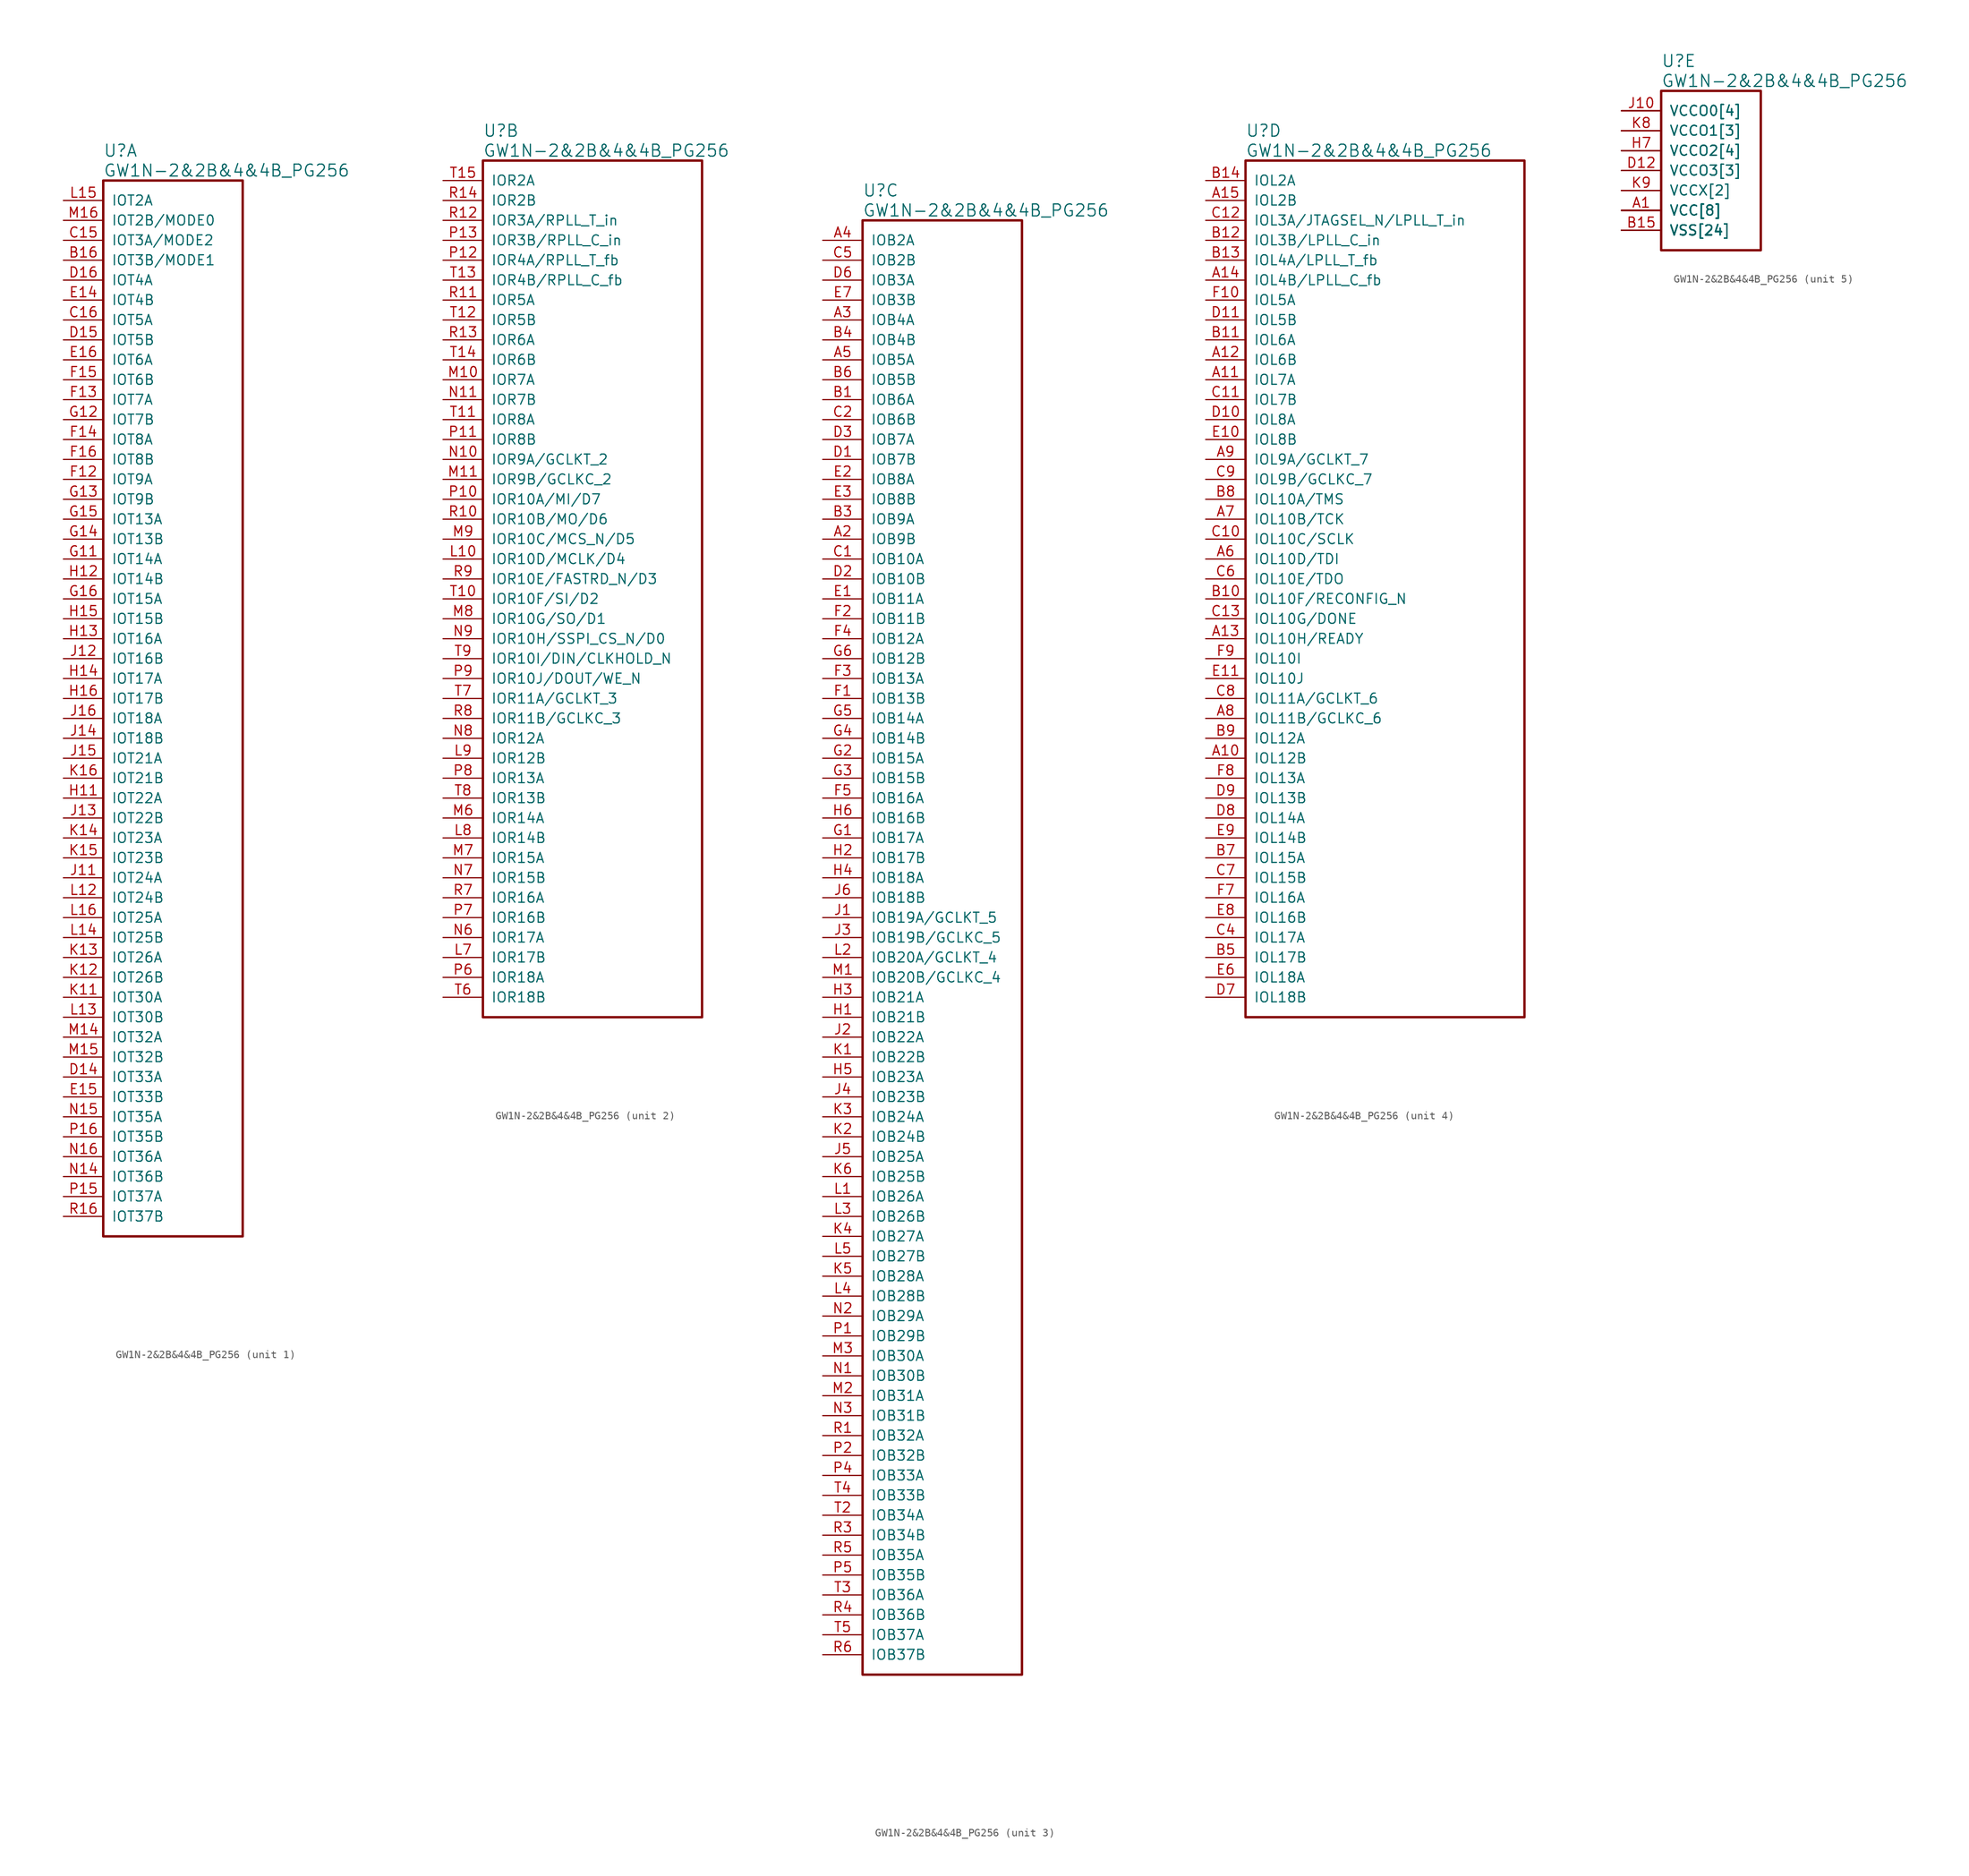
<source format=kicad_sym>
(kicad_symbol_lib
  (version 20220914)
  (generator kicad_symbol_editor)
  (symbol "GW1N-2&2B&4&4B_PG256"
    (pin_names
      (offset 1.016))
    (property "Reference" "U"
      (at 5.08 6.35 0)
      (effects (font (size 1.524 1.524)) (justify left)))
    (property "Value" "GW1N-2&2B&4&4B_PG256"
      (at 5.08 3.81 0)
      (effects (font (size 1.524 1.524)) (justify left)))
    (property "ki_locked" ""
      (at 0 0 0)
      (effects (font (size 1.27 1.27))))
    (symbol "GW1N-2&2B&4&4B_PG256_1_1"
      (rectangle (start 5.08 2.54) (end 22.86 -132.08) (stroke (width 0.305) (type solid)) (fill (type none)))
      (pin bidirectional line (at 0 -7.62 0) (length 5.08) (name "IOT3B/MODE1" (effects (font (size 1.27 1.27)))) (number "B16" (effects (font (size 1.27 1.27)))))
      (pin bidirectional line (at 0 -5.08 0) (length 5.08) (name "IOT3A/MODE2" (effects (font (size 1.27 1.27)))) (number "C15" (effects (font (size 1.27 1.27)))))
      (pin bidirectional line (at 0 -15.24 0) (length 5.08) (name "IOT5A" (effects (font (size 1.27 1.27)))) (number "C16" (effects (font (size 1.27 1.27)))))
      (pin bidirectional line (at 0 -111.76 0) (length 5.08) (name "IOT33A" (effects (font (size 1.27 1.27)))) (number "D14" (effects (font (size 1.27 1.27)))))
      (pin bidirectional line (at 0 -17.78 0) (length 5.08) (name "IOT5B" (effects (font (size 1.27 1.27)))) (number "D15" (effects (font (size 1.27 1.27)))))
      (pin bidirectional line (at 0 -10.16 0) (length 5.08) (name "IOT4A" (effects (font (size 1.27 1.27)))) (number "D16" (effects (font (size 1.27 1.27)))))
      (pin bidirectional line (at 0 -12.7 0) (length 5.08) (name "IOT4B" (effects (font (size 1.27 1.27)))) (number "E14" (effects (font (size 1.27 1.27)))))
      (pin bidirectional line (at 0 -114.3 0) (length 5.08) (name "IOT33B" (effects (font (size 1.27 1.27)))) (number "E15" (effects (font (size 1.27 1.27)))))
      (pin bidirectional line (at 0 -20.32 0) (length 5.08) (name "IOT6A" (effects (font (size 1.27 1.27)))) (number "E16" (effects (font (size 1.27 1.27)))))
      (pin bidirectional line (at 0 -35.56 0) (length 5.08) (name "IOT9A" (effects (font (size 1.27 1.27)))) (number "F12" (effects (font (size 1.27 1.27)))))
      (pin bidirectional line (at 0 -25.4 0) (length 5.08) (name "IOT7A" (effects (font (size 1.27 1.27)))) (number "F13" (effects (font (size 1.27 1.27)))))
      (pin bidirectional line (at 0 -30.48 0) (length 5.08) (name "IOT8A" (effects (font (size 1.27 1.27)))) (number "F14" (effects (font (size 1.27 1.27)))))
      (pin bidirectional line (at 0 -22.86 0) (length 5.08) (name "IOT6B" (effects (font (size 1.27 1.27)))) (number "F15" (effects (font (size 1.27 1.27)))))
      (pin bidirectional line (at 0 -33.02 0) (length 5.08) (name "IOT8B" (effects (font (size 1.27 1.27)))) (number "F16" (effects (font (size 1.27 1.27)))))
      (pin bidirectional line (at 0 -45.72 0) (length 5.08) (name "IOT14A" (effects (font (size 1.27 1.27)))) (number "G11" (effects (font (size 1.27 1.27)))))
      (pin bidirectional line (at 0 -27.94 0) (length 5.08) (name "IOT7B" (effects (font (size 1.27 1.27)))) (number "G12" (effects (font (size 1.27 1.27)))))
      (pin bidirectional line (at 0 -38.1 0) (length 5.08) (name "IOT9B" (effects (font (size 1.27 1.27)))) (number "G13" (effects (font (size 1.27 1.27)))))
      (pin bidirectional line (at 0 -43.18 0) (length 5.08) (name "IOT13B" (effects (font (size 1.27 1.27)))) (number "G14" (effects (font (size 1.27 1.27)))))
      (pin bidirectional line (at 0 -40.64 0) (length 5.08) (name "IOT13A" (effects (font (size 1.27 1.27)))) (number "G15" (effects (font (size 1.27 1.27)))))
      (pin bidirectional line (at 0 -50.8 0) (length 5.08) (name "IOT15A" (effects (font (size 1.27 1.27)))) (number "G16" (effects (font (size 1.27 1.27)))))
      (pin bidirectional line (at 0 -76.2 0) (length 5.08) (name "IOT22A" (effects (font (size 1.27 1.27)))) (number "H11" (effects (font (size 1.27 1.27)))))
      (pin bidirectional line (at 0 -48.26 0) (length 5.08) (name "IOT14B" (effects (font (size 1.27 1.27)))) (number "H12" (effects (font (size 1.27 1.27)))))
      (pin bidirectional line (at 0 -55.88 0) (length 5.08) (name "IOT16A" (effects (font (size 1.27 1.27)))) (number "H13" (effects (font (size 1.27 1.27)))))
      (pin bidirectional line (at 0 -60.96 0) (length 5.08) (name "IOT17A" (effects (font (size 1.27 1.27)))) (number "H14" (effects (font (size 1.27 1.27)))))
      (pin bidirectional line (at 0 -53.34 0) (length 5.08) (name "IOT15B" (effects (font (size 1.27 1.27)))) (number "H15" (effects (font (size 1.27 1.27)))))
      (pin bidirectional line (at 0 -63.5 0) (length 5.08) (name "IOT17B" (effects (font (size 1.27 1.27)))) (number "H16" (effects (font (size 1.27 1.27)))))
      (pin bidirectional line (at 0 -86.36 0) (length 5.08) (name "IOT24A" (effects (font (size 1.27 1.27)))) (number "J11" (effects (font (size 1.27 1.27)))))
      (pin bidirectional line (at 0 -58.42 0) (length 5.08) (name "IOT16B" (effects (font (size 1.27 1.27)))) (number "J12" (effects (font (size 1.27 1.27)))))
      (pin bidirectional line (at 0 -78.74 0) (length 5.08) (name "IOT22B" (effects (font (size 1.27 1.27)))) (number "J13" (effects (font (size 1.27 1.27)))))
      (pin bidirectional line (at 0 -68.58 0) (length 5.08) (name "IOT18B" (effects (font (size 1.27 1.27)))) (number "J14" (effects (font (size 1.27 1.27)))))
      (pin bidirectional line (at 0 -71.12 0) (length 5.08) (name "IOT21A" (effects (font (size 1.27 1.27)))) (number "J15" (effects (font (size 1.27 1.27)))))
      (pin bidirectional line (at 0 -66.04 0) (length 5.08) (name "IOT18A" (effects (font (size 1.27 1.27)))) (number "J16" (effects (font (size 1.27 1.27)))))
      (pin bidirectional line (at 0 -101.6 0) (length 5.08) (name "IOT30A" (effects (font (size 1.27 1.27)))) (number "K11" (effects (font (size 1.27 1.27)))))
      (pin bidirectional line (at 0 -99.06 0) (length 5.08) (name "IOT26B" (effects (font (size 1.27 1.27)))) (number "K12" (effects (font (size 1.27 1.27)))))
      (pin bidirectional line (at 0 -96.52 0) (length 5.08) (name "IOT26A" (effects (font (size 1.27 1.27)))) (number "K13" (effects (font (size 1.27 1.27)))))
      (pin bidirectional line (at 0 -81.28 0) (length 5.08) (name "IOT23A" (effects (font (size 1.27 1.27)))) (number "K14" (effects (font (size 1.27 1.27)))))
      (pin bidirectional line (at 0 -83.82 0) (length 5.08) (name "IOT23B" (effects (font (size 1.27 1.27)))) (number "K15" (effects (font (size 1.27 1.27)))))
      (pin bidirectional line (at 0 -73.66 0) (length 5.08) (name "IOT21B" (effects (font (size 1.27 1.27)))) (number "K16" (effects (font (size 1.27 1.27)))))
      (pin bidirectional line (at 0 -88.9 0) (length 5.08) (name "IOT24B" (effects (font (size 1.27 1.27)))) (number "L12" (effects (font (size 1.27 1.27)))))
      (pin bidirectional line (at 0 -104.14 0) (length 5.08) (name "IOT30B" (effects (font (size 1.27 1.27)))) (number "L13" (effects (font (size 1.27 1.27)))))
      (pin bidirectional line (at 0 -93.98 0) (length 5.08) (name "IOT25B" (effects (font (size 1.27 1.27)))) (number "L14" (effects (font (size 1.27 1.27)))))
      (pin bidirectional line (at 0 0 0) (length 5.08) (name "IOT2A" (effects (font (size 1.27 1.27)))) (number "L15" (effects (font (size 1.27 1.27)))))
      (pin bidirectional line (at 0 -91.44 0) (length 5.08) (name "IOT25A" (effects (font (size 1.27 1.27)))) (number "L16" (effects (font (size 1.27 1.27)))))
      (pin bidirectional line (at 0 -106.68 0) (length 5.08) (name "IOT32A" (effects (font (size 1.27 1.27)))) (number "M14" (effects (font (size 1.27 1.27)))))
      (pin bidirectional line (at 0 -109.22 0) (length 5.08) (name "IOT32B" (effects (font (size 1.27 1.27)))) (number "M15" (effects (font (size 1.27 1.27)))))
      (pin bidirectional line (at 0 -2.54 0) (length 5.08) (name "IOT2B/MODE0" (effects (font (size 1.27 1.27)))) (number "M16" (effects (font (size 1.27 1.27)))))
      (pin bidirectional line (at 0 -124.46 0) (length 5.08) (name "IOT36B" (effects (font (size 1.27 1.27)))) (number "N14" (effects (font (size 1.27 1.27)))))
      (pin bidirectional line (at 0 -116.84 0) (length 5.08) (name "IOT35A" (effects (font (size 1.27 1.27)))) (number "N15" (effects (font (size 1.27 1.27)))))
      (pin bidirectional line (at 0 -121.92 0) (length 5.08) (name "IOT36A" (effects (font (size 1.27 1.27)))) (number "N16" (effects (font (size 1.27 1.27)))))
      (pin bidirectional line (at 0 -127 0) (length 5.08) (name "IOT37A" (effects (font (size 1.27 1.27)))) (number "P15" (effects (font (size 1.27 1.27)))))
      (pin bidirectional line (at 0 -119.38 0) (length 5.08) (name "IOT35B" (effects (font (size 1.27 1.27)))) (number "P16" (effects (font (size 1.27 1.27)))))
      (pin bidirectional line (at 0 -129.54 0) (length 5.08) (name "IOT37B" (effects (font (size 1.27 1.27)))) (number "R16" (effects (font (size 1.27 1.27))))))
    (symbol "GW1N-2&2B&4&4B_PG256_2_1"
      (rectangle (start 5.08 2.54) (end 33.02 -106.68) (stroke (width 0.305) (type solid)) (fill (type none)))
      (pin bidirectional line (at 0 -48.26 0) (length 5.08) (name "IOR10D/MCLK/D4" (effects (font (size 1.27 1.27)))) (number "L10" (effects (font (size 1.27 1.27)))))
      (pin bidirectional line (at 0 -99.06 0) (length 5.08) (name "IOR17B" (effects (font (size 1.27 1.27)))) (number "L7" (effects (font (size 1.27 1.27)))))
      (pin bidirectional line (at 0 -83.82 0) (length 5.08) (name "IOR14B" (effects (font (size 1.27 1.27)))) (number "L8" (effects (font (size 1.27 1.27)))))
      (pin bidirectional line (at 0 -73.66 0) (length 5.08) (name "IOR12B" (effects (font (size 1.27 1.27)))) (number "L9" (effects (font (size 1.27 1.27)))))
      (pin bidirectional line (at 0 -25.4 0) (length 5.08) (name "IOR7A" (effects (font (size 1.27 1.27)))) (number "M10" (effects (font (size 1.27 1.27)))))
      (pin bidirectional line (at 0 -38.1 0) (length 5.08) (name "IOR9B/GCLKC_2" (effects (font (size 1.27 1.27)))) (number "M11" (effects (font (size 1.27 1.27)))))
      (pin bidirectional line (at 0 -81.28 0) (length 5.08) (name "IOR14A" (effects (font (size 1.27 1.27)))) (number "M6" (effects (font (size 1.27 1.27)))))
      (pin bidirectional line (at 0 -86.36 0) (length 5.08) (name "IOR15A" (effects (font (size 1.27 1.27)))) (number "M7" (effects (font (size 1.27 1.27)))))
      (pin bidirectional line (at 0 -55.88 0) (length 5.08) (name "IOR10G/SO/D1" (effects (font (size 1.27 1.27)))) (number "M8" (effects (font (size 1.27 1.27)))))
      (pin bidirectional line (at 0 -45.72 0) (length 5.08) (name "IOR10C/MCS_N/D5" (effects (font (size 1.27 1.27)))) (number "M9" (effects (font (size 1.27 1.27)))))
      (pin bidirectional line (at 0 -35.56 0) (length 5.08) (name "IOR9A/GCLKT_2" (effects (font (size 1.27 1.27)))) (number "N10" (effects (font (size 1.27 1.27)))))
      (pin bidirectional line (at 0 -27.94 0) (length 5.08) (name "IOR7B" (effects (font (size 1.27 1.27)))) (number "N11" (effects (font (size 1.27 1.27)))))
      (pin bidirectional line (at 0 -96.52 0) (length 5.08) (name "IOR17A" (effects (font (size 1.27 1.27)))) (number "N6" (effects (font (size 1.27 1.27)))))
      (pin bidirectional line (at 0 -88.9 0) (length 5.08) (name "IOR15B" (effects (font (size 1.27 1.27)))) (number "N7" (effects (font (size 1.27 1.27)))))
      (pin bidirectional line (at 0 -71.12 0) (length 5.08) (name "IOR12A" (effects (font (size 1.27 1.27)))) (number "N8" (effects (font (size 1.27 1.27)))))
      (pin bidirectional line (at 0 -58.42 0) (length 5.08) (name "IOR10H/SSPI_CS_N/D0" (effects (font (size 1.27 1.27)))) (number "N9" (effects (font (size 1.27 1.27)))))
      (pin bidirectional line (at 0 -40.64 0) (length 5.08) (name "IOR10A/MI/D7" (effects (font (size 1.27 1.27)))) (number "P10" (effects (font (size 1.27 1.27)))))
      (pin bidirectional line (at 0 -33.02 0) (length 5.08) (name "IOR8B" (effects (font (size 1.27 1.27)))) (number "P11" (effects (font (size 1.27 1.27)))))
      (pin bidirectional line (at 0 -10.16 0) (length 5.08) (name "IOR4A/RPLL_T_fb" (effects (font (size 1.27 1.27)))) (number "P12" (effects (font (size 1.27 1.27)))))
      (pin bidirectional line (at 0 -7.62 0) (length 5.08) (name "IOR3B/RPLL_C_in" (effects (font (size 1.27 1.27)))) (number "P13" (effects (font (size 1.27 1.27)))))
      (pin bidirectional line (at 0 -101.6 0) (length 5.08) (name "IOR18A" (effects (font (size 1.27 1.27)))) (number "P6" (effects (font (size 1.27 1.27)))))
      (pin bidirectional line (at 0 -93.98 0) (length 5.08) (name "IOR16B" (effects (font (size 1.27 1.27)))) (number "P7" (effects (font (size 1.27 1.27)))))
      (pin bidirectional line (at 0 -76.2 0) (length 5.08) (name "IOR13A" (effects (font (size 1.27 1.27)))) (number "P8" (effects (font (size 1.27 1.27)))))
      (pin bidirectional line (at 0 -63.5 0) (length 5.08) (name "IOR10J/DOUT/WE_N" (effects (font (size 1.27 1.27)))) (number "P9" (effects (font (size 1.27 1.27)))))
      (pin bidirectional line (at 0 -43.18 0) (length 5.08) (name "IOR10B/MO/D6" (effects (font (size 1.27 1.27)))) (number "R10" (effects (font (size 1.27 1.27)))))
      (pin bidirectional line (at 0 -15.24 0) (length 5.08) (name "IOR5A" (effects (font (size 1.27 1.27)))) (number "R11" (effects (font (size 1.27 1.27)))))
      (pin bidirectional line (at 0 -5.08 0) (length 5.08) (name "IOR3A/RPLL_T_in" (effects (font (size 1.27 1.27)))) (number "R12" (effects (font (size 1.27 1.27)))))
      (pin bidirectional line (at 0 -20.32 0) (length 5.08) (name "IOR6A" (effects (font (size 1.27 1.27)))) (number "R13" (effects (font (size 1.27 1.27)))))
      (pin bidirectional line (at 0 -2.54 0) (length 5.08) (name "IOR2B" (effects (font (size 1.27 1.27)))) (number "R14" (effects (font (size 1.27 1.27)))))
      (pin bidirectional line (at 0 -91.44 0) (length 5.08) (name "IOR16A" (effects (font (size 1.27 1.27)))) (number "R7" (effects (font (size 1.27 1.27)))))
      (pin bidirectional line (at 0 -68.58 0) (length 5.08) (name "IOR11B/GCLKC_3" (effects (font (size 1.27 1.27)))) (number "R8" (effects (font (size 1.27 1.27)))))
      (pin bidirectional line (at 0 -50.8 0) (length 5.08) (name "IOR10E/FASTRD_N/D3" (effects (font (size 1.27 1.27)))) (number "R9" (effects (font (size 1.27 1.27)))))
      (pin bidirectional line (at 0 -53.34 0) (length 5.08) (name "IOR10F/SI/D2" (effects (font (size 1.27 1.27)))) (number "T10" (effects (font (size 1.27 1.27)))))
      (pin bidirectional line (at 0 -30.48 0) (length 5.08) (name "IOR8A" (effects (font (size 1.27 1.27)))) (number "T11" (effects (font (size 1.27 1.27)))))
      (pin bidirectional line (at 0 -17.78 0) (length 5.08) (name "IOR5B" (effects (font (size 1.27 1.27)))) (number "T12" (effects (font (size 1.27 1.27)))))
      (pin bidirectional line (at 0 -12.7 0) (length 5.08) (name "IOR4B/RPLL_C_fb" (effects (font (size 1.27 1.27)))) (number "T13" (effects (font (size 1.27 1.27)))))
      (pin bidirectional line (at 0 -22.86 0) (length 5.08) (name "IOR6B" (effects (font (size 1.27 1.27)))) (number "T14" (effects (font (size 1.27 1.27)))))
      (pin bidirectional line (at 0 0 0) (length 5.08) (name "IOR2A" (effects (font (size 1.27 1.27)))) (number "T15" (effects (font (size 1.27 1.27)))))
      (pin bidirectional line (at 0 -104.14 0) (length 5.08) (name "IOR18B" (effects (font (size 1.27 1.27)))) (number "T6" (effects (font (size 1.27 1.27)))))
      (pin bidirectional line (at 0 -66.04 0) (length 5.08) (name "IOR11A/GCLKT_3" (effects (font (size 1.27 1.27)))) (number "T7" (effects (font (size 1.27 1.27)))))
      (pin bidirectional line (at 0 -78.74 0) (length 5.08) (name "IOR13B" (effects (font (size 1.27 1.27)))) (number "T8" (effects (font (size 1.27 1.27)))))
      (pin bidirectional line (at 0 -60.96 0) (length 5.08) (name "IOR10I/DIN/CLKHOLD_N" (effects (font (size 1.27 1.27)))) (number "T9" (effects (font (size 1.27 1.27))))))
    (symbol "GW1N-2&2B&4&4B_PG256_3_1"
      (rectangle (start 5.08 2.54) (end 25.4 -182.88) (stroke (width 0.305) (type solid)) (fill (type none)))
      (pin bidirectional line (at 0 -38.1 0) (length 5.08) (name "IOB9B" (effects (font (size 1.27 1.27)))) (number "A2" (effects (font (size 1.27 1.27)))))
      (pin bidirectional line (at 0 -10.16 0) (length 5.08) (name "IOB4A" (effects (font (size 1.27 1.27)))) (number "A3" (effects (font (size 1.27 1.27)))))
      (pin bidirectional line (at 0 0 0) (length 5.08) (name "IOB2A" (effects (font (size 1.27 1.27)))) (number "A4" (effects (font (size 1.27 1.27)))))
      (pin bidirectional line (at 0 -15.24 0) (length 5.08) (name "IOB5A" (effects (font (size 1.27 1.27)))) (number "A5" (effects (font (size 1.27 1.27)))))
      (pin bidirectional line (at 0 -20.32 0) (length 5.08) (name "IOB6A" (effects (font (size 1.27 1.27)))) (number "B1" (effects (font (size 1.27 1.27)))))
      (pin bidirectional line (at 0 -35.56 0) (length 5.08) (name "IOB9A" (effects (font (size 1.27 1.27)))) (number "B3" (effects (font (size 1.27 1.27)))))
      (pin bidirectional line (at 0 -12.7 0) (length 5.08) (name "IOB4B" (effects (font (size 1.27 1.27)))) (number "B4" (effects (font (size 1.27 1.27)))))
      (pin bidirectional line (at 0 -17.78 0) (length 5.08) (name "IOB5B" (effects (font (size 1.27 1.27)))) (number "B6" (effects (font (size 1.27 1.27)))))
      (pin bidirectional line (at 0 -40.64 0) (length 5.08) (name "IOB10A" (effects (font (size 1.27 1.27)))) (number "C1" (effects (font (size 1.27 1.27)))))
      (pin bidirectional line (at 0 -22.86 0) (length 5.08) (name "IOB6B" (effects (font (size 1.27 1.27)))) (number "C2" (effects (font (size 1.27 1.27)))))
      (pin bidirectional line (at 0 -2.54 0) (length 5.08) (name "IOB2B" (effects (font (size 1.27 1.27)))) (number "C5" (effects (font (size 1.27 1.27)))))
      (pin bidirectional line (at 0 -27.94 0) (length 5.08) (name "IOB7B" (effects (font (size 1.27 1.27)))) (number "D1" (effects (font (size 1.27 1.27)))))
      (pin bidirectional line (at 0 -43.18 0) (length 5.08) (name "IOB10B" (effects (font (size 1.27 1.27)))) (number "D2" (effects (font (size 1.27 1.27)))))
      (pin bidirectional line (at 0 -25.4 0) (length 5.08) (name "IOB7A" (effects (font (size 1.27 1.27)))) (number "D3" (effects (font (size 1.27 1.27)))))
      (pin bidirectional line (at 0 -5.08 0) (length 5.08) (name "IOB3A" (effects (font (size 1.27 1.27)))) (number "D6" (effects (font (size 1.27 1.27)))))
      (pin bidirectional line (at 0 -45.72 0) (length 5.08) (name "IOB11A" (effects (font (size 1.27 1.27)))) (number "E1" (effects (font (size 1.27 1.27)))))
      (pin bidirectional line (at 0 -30.48 0) (length 5.08) (name "IOB8A" (effects (font (size 1.27 1.27)))) (number "E2" (effects (font (size 1.27 1.27)))))
      (pin bidirectional line (at 0 -33.02 0) (length 5.08) (name "IOB8B" (effects (font (size 1.27 1.27)))) (number "E3" (effects (font (size 1.27 1.27)))))
      (pin bidirectional line (at 0 -7.62 0) (length 5.08) (name "IOB3B" (effects (font (size 1.27 1.27)))) (number "E7" (effects (font (size 1.27 1.27)))))
      (pin bidirectional line (at 0 -58.42 0) (length 5.08) (name "IOB13B" (effects (font (size 1.27 1.27)))) (number "F1" (effects (font (size 1.27 1.27)))))
      (pin bidirectional line (at 0 -48.26 0) (length 5.08) (name "IOB11B" (effects (font (size 1.27 1.27)))) (number "F2" (effects (font (size 1.27 1.27)))))
      (pin bidirectional line (at 0 -55.88 0) (length 5.08) (name "IOB13A" (effects (font (size 1.27 1.27)))) (number "F3" (effects (font (size 1.27 1.27)))))
      (pin bidirectional line (at 0 -50.8 0) (length 5.08) (name "IOB12A" (effects (font (size 1.27 1.27)))) (number "F4" (effects (font (size 1.27 1.27)))))
      (pin bidirectional line (at 0 -71.12 0) (length 5.08) (name "IOB16A" (effects (font (size 1.27 1.27)))) (number "F5" (effects (font (size 1.27 1.27)))))
      (pin bidirectional line (at 0 -76.2 0) (length 5.08) (name "IOB17A" (effects (font (size 1.27 1.27)))) (number "G1" (effects (font (size 1.27 1.27)))))
      (pin bidirectional line (at 0 -66.04 0) (length 5.08) (name "IOB15A" (effects (font (size 1.27 1.27)))) (number "G2" (effects (font (size 1.27 1.27)))))
      (pin bidirectional line (at 0 -68.58 0) (length 5.08) (name "IOB15B" (effects (font (size 1.27 1.27)))) (number "G3" (effects (font (size 1.27 1.27)))))
      (pin bidirectional line (at 0 -63.5 0) (length 5.08) (name "IOB14B" (effects (font (size 1.27 1.27)))) (number "G4" (effects (font (size 1.27 1.27)))))
      (pin bidirectional line (at 0 -60.96 0) (length 5.08) (name "IOB14A" (effects (font (size 1.27 1.27)))) (number "G5" (effects (font (size 1.27 1.27)))))
      (pin bidirectional line (at 0 -53.34 0) (length 5.08) (name "IOB12B" (effects (font (size 1.27 1.27)))) (number "G6" (effects (font (size 1.27 1.27)))))
      (pin bidirectional line (at 0 -99.06 0) (length 5.08) (name "IOB21B" (effects (font (size 1.27 1.27)))) (number "H1" (effects (font (size 1.27 1.27)))))
      (pin bidirectional line (at 0 -78.74 0) (length 5.08) (name "IOB17B" (effects (font (size 1.27 1.27)))) (number "H2" (effects (font (size 1.27 1.27)))))
      (pin bidirectional line (at 0 -96.52 0) (length 5.08) (name "IOB21A" (effects (font (size 1.27 1.27)))) (number "H3" (effects (font (size 1.27 1.27)))))
      (pin bidirectional line (at 0 -81.28 0) (length 5.08) (name "IOB18A" (effects (font (size 1.27 1.27)))) (number "H4" (effects (font (size 1.27 1.27)))))
      (pin bidirectional line (at 0 -106.68 0) (length 5.08) (name "IOB23A" (effects (font (size 1.27 1.27)))) (number "H5" (effects (font (size 1.27 1.27)))))
      (pin bidirectional line (at 0 -73.66 0) (length 5.08) (name "IOB16B" (effects (font (size 1.27 1.27)))) (number "H6" (effects (font (size 1.27 1.27)))))
      (pin bidirectional line (at 0 -86.36 0) (length 5.08) (name "IOB19A/GCLKT_5" (effects (font (size 1.27 1.27)))) (number "J1" (effects (font (size 1.27 1.27)))))
      (pin bidirectional line (at 0 -101.6 0) (length 5.08) (name "IOB22A" (effects (font (size 1.27 1.27)))) (number "J2" (effects (font (size 1.27 1.27)))))
      (pin bidirectional line (at 0 -88.9 0) (length 5.08) (name "IOB19B/GCLKC_5" (effects (font (size 1.27 1.27)))) (number "J3" (effects (font (size 1.27 1.27)))))
      (pin bidirectional line (at 0 -109.22 0) (length 5.08) (name "IOB23B" (effects (font (size 1.27 1.27)))) (number "J4" (effects (font (size 1.27 1.27)))))
      (pin bidirectional line (at 0 -116.84 0) (length 5.08) (name "IOB25A" (effects (font (size 1.27 1.27)))) (number "J5" (effects (font (size 1.27 1.27)))))
      (pin bidirectional line (at 0 -83.82 0) (length 5.08) (name "IOB18B" (effects (font (size 1.27 1.27)))) (number "J6" (effects (font (size 1.27 1.27)))))
      (pin bidirectional line (at 0 -104.14 0) (length 5.08) (name "IOB22B" (effects (font (size 1.27 1.27)))) (number "K1" (effects (font (size 1.27 1.27)))))
      (pin bidirectional line (at 0 -114.3 0) (length 5.08) (name "IOB24B" (effects (font (size 1.27 1.27)))) (number "K2" (effects (font (size 1.27 1.27)))))
      (pin bidirectional line (at 0 -111.76 0) (length 5.08) (name "IOB24A" (effects (font (size 1.27 1.27)))) (number "K3" (effects (font (size 1.27 1.27)))))
      (pin bidirectional line (at 0 -127 0) (length 5.08) (name "IOB27A" (effects (font (size 1.27 1.27)))) (number "K4" (effects (font (size 1.27 1.27)))))
      (pin bidirectional line (at 0 -132.08 0) (length 5.08) (name "IOB28A" (effects (font (size 1.27 1.27)))) (number "K5" (effects (font (size 1.27 1.27)))))
      (pin bidirectional line (at 0 -119.38 0) (length 5.08) (name "IOB25B" (effects (font (size 1.27 1.27)))) (number "K6" (effects (font (size 1.27 1.27)))))
      (pin bidirectional line (at 0 -121.92 0) (length 5.08) (name "IOB26A" (effects (font (size 1.27 1.27)))) (number "L1" (effects (font (size 1.27 1.27)))))
      (pin bidirectional line (at 0 -91.44 0) (length 5.08) (name "IOB20A/GCLKT_4" (effects (font (size 1.27 1.27)))) (number "L2" (effects (font (size 1.27 1.27)))))
      (pin bidirectional line (at 0 -124.46 0) (length 5.08) (name "IOB26B" (effects (font (size 1.27 1.27)))) (number "L3" (effects (font (size 1.27 1.27)))))
      (pin bidirectional line (at 0 -134.62 0) (length 5.08) (name "IOB28B" (effects (font (size 1.27 1.27)))) (number "L4" (effects (font (size 1.27 1.27)))))
      (pin bidirectional line (at 0 -129.54 0) (length 5.08) (name "IOB27B" (effects (font (size 1.27 1.27)))) (number "L5" (effects (font (size 1.27 1.27)))))
      (pin bidirectional line (at 0 -93.98 0) (length 5.08) (name "IOB20B/GCLKC_4" (effects (font (size 1.27 1.27)))) (number "M1" (effects (font (size 1.27 1.27)))))
      (pin bidirectional line (at 0 -147.32 0) (length 5.08) (name "IOB31A" (effects (font (size 1.27 1.27)))) (number "M2" (effects (font (size 1.27 1.27)))))
      (pin bidirectional line (at 0 -142.24 0) (length 5.08) (name "IOB30A" (effects (font (size 1.27 1.27)))) (number "M3" (effects (font (size 1.27 1.27)))))
      (pin bidirectional line (at 0 -144.78 0) (length 5.08) (name "IOB30B" (effects (font (size 1.27 1.27)))) (number "N1" (effects (font (size 1.27 1.27)))))
      (pin bidirectional line (at 0 -137.16 0) (length 5.08) (name "IOB29A" (effects (font (size 1.27 1.27)))) (number "N2" (effects (font (size 1.27 1.27)))))
      (pin bidirectional line (at 0 -149.86 0) (length 5.08) (name "IOB31B" (effects (font (size 1.27 1.27)))) (number "N3" (effects (font (size 1.27 1.27)))))
      (pin bidirectional line (at 0 -139.7 0) (length 5.08) (name "IOB29B" (effects (font (size 1.27 1.27)))) (number "P1" (effects (font (size 1.27 1.27)))))
      (pin bidirectional line (at 0 -154.94 0) (length 5.08) (name "IOB32B" (effects (font (size 1.27 1.27)))) (number "P2" (effects (font (size 1.27 1.27)))))
      (pin bidirectional line (at 0 -157.48 0) (length 5.08) (name "IOB33A" (effects (font (size 1.27 1.27)))) (number "P4" (effects (font (size 1.27 1.27)))))
      (pin bidirectional line (at 0 -170.18 0) (length 5.08) (name "IOB35B" (effects (font (size 1.27 1.27)))) (number "P5" (effects (font (size 1.27 1.27)))))
      (pin bidirectional line (at 0 -152.4 0) (length 5.08) (name "IOB32A" (effects (font (size 1.27 1.27)))) (number "R1" (effects (font (size 1.27 1.27)))))
      (pin bidirectional line (at 0 -165.1 0) (length 5.08) (name "IOB34B" (effects (font (size 1.27 1.27)))) (number "R3" (effects (font (size 1.27 1.27)))))
      (pin bidirectional line (at 0 -175.26 0) (length 5.08) (name "IOB36B" (effects (font (size 1.27 1.27)))) (number "R4" (effects (font (size 1.27 1.27)))))
      (pin bidirectional line (at 0 -167.64 0) (length 5.08) (name "IOB35A" (effects (font (size 1.27 1.27)))) (number "R5" (effects (font (size 1.27 1.27)))))
      (pin bidirectional line (at 0 -180.34 0) (length 5.08) (name "IOB37B" (effects (font (size 1.27 1.27)))) (number "R6" (effects (font (size 1.27 1.27)))))
      (pin bidirectional line (at 0 -162.56 0) (length 5.08) (name "IOB34A" (effects (font (size 1.27 1.27)))) (number "T2" (effects (font (size 1.27 1.27)))))
      (pin bidirectional line (at 0 -172.72 0) (length 5.08) (name "IOB36A" (effects (font (size 1.27 1.27)))) (number "T3" (effects (font (size 1.27 1.27)))))
      (pin bidirectional line (at 0 -160.02 0) (length 5.08) (name "IOB33B" (effects (font (size 1.27 1.27)))) (number "T4" (effects (font (size 1.27 1.27)))))
      (pin bidirectional line (at 0 -177.8 0) (length 5.08) (name "IOB37A" (effects (font (size 1.27 1.27)))) (number "T5" (effects (font (size 1.27 1.27))))))
    (symbol "GW1N-2&2B&4&4B_PG256_4_1"
      (rectangle (start 5.08 2.54) (end 40.64 -106.68) (stroke (width 0.305) (type solid)) (fill (type none)))
      (pin bidirectional line (at 0 -73.66 0) (length 5.08) (name "IOL12B" (effects (font (size 1.27 1.27)))) (number "A10" (effects (font (size 1.27 1.27)))))
      (pin bidirectional line (at 0 -25.4 0) (length 5.08) (name "IOL7A" (effects (font (size 1.27 1.27)))) (number "A11" (effects (font (size 1.27 1.27)))))
      (pin bidirectional line (at 0 -22.86 0) (length 5.08) (name "IOL6B" (effects (font (size 1.27 1.27)))) (number "A12" (effects (font (size 1.27 1.27)))))
      (pin bidirectional line (at 0 -58.42 0) (length 5.08) (name "IOL10H/READY" (effects (font (size 1.27 1.27)))) (number "A13" (effects (font (size 1.27 1.27)))))
      (pin bidirectional line (at 0 -12.7 0) (length 5.08) (name "IOL4B/LPLL_C_fb" (effects (font (size 1.27 1.27)))) (number "A14" (effects (font (size 1.27 1.27)))))
      (pin bidirectional line (at 0 -2.54 0) (length 5.08) (name "IOL2B" (effects (font (size 1.27 1.27)))) (number "A15" (effects (font (size 1.27 1.27)))))
      (pin bidirectional line (at 0 -48.26 0) (length 5.08) (name "IOL10D/TDI" (effects (font (size 1.27 1.27)))) (number "A6" (effects (font (size 1.27 1.27)))))
      (pin bidirectional line (at 0 -43.18 0) (length 5.08) (name "IOL10B/TCK" (effects (font (size 1.27 1.27)))) (number "A7" (effects (font (size 1.27 1.27)))))
      (pin bidirectional line (at 0 -68.58 0) (length 5.08) (name "IOL11B/GCLKC_6" (effects (font (size 1.27 1.27)))) (number "A8" (effects (font (size 1.27 1.27)))))
      (pin bidirectional line (at 0 -35.56 0) (length 5.08) (name "IOL9A/GCLKT_7" (effects (font (size 1.27 1.27)))) (number "A9" (effects (font (size 1.27 1.27)))))
      (pin bidirectional line (at 0 -53.34 0) (length 5.08) (name "IOL10F/RECONFIG_N" (effects (font (size 1.27 1.27)))) (number "B10" (effects (font (size 1.27 1.27)))))
      (pin bidirectional line (at 0 -20.32 0) (length 5.08) (name "IOL6A" (effects (font (size 1.27 1.27)))) (number "B11" (effects (font (size 1.27 1.27)))))
      (pin bidirectional line (at 0 -7.62 0) (length 5.08) (name "IOL3B/LPLL_C_in" (effects (font (size 1.27 1.27)))) (number "B12" (effects (font (size 1.27 1.27)))))
      (pin bidirectional line (at 0 -10.16 0) (length 5.08) (name "IOL4A/LPLL_T_fb" (effects (font (size 1.27 1.27)))) (number "B13" (effects (font (size 1.27 1.27)))))
      (pin bidirectional line (at 0 0 0) (length 5.08) (name "IOL2A" (effects (font (size 1.27 1.27)))) (number "B14" (effects (font (size 1.27 1.27)))))
      (pin bidirectional line (at 0 -99.06 0) (length 5.08) (name "IOL17B" (effects (font (size 1.27 1.27)))) (number "B5" (effects (font (size 1.27 1.27)))))
      (pin bidirectional line (at 0 -86.36 0) (length 5.08) (name "IOL15A" (effects (font (size 1.27 1.27)))) (number "B7" (effects (font (size 1.27 1.27)))))
      (pin bidirectional line (at 0 -40.64 0) (length 5.08) (name "IOL10A/TMS" (effects (font (size 1.27 1.27)))) (number "B8" (effects (font (size 1.27 1.27)))))
      (pin bidirectional line (at 0 -71.12 0) (length 5.08) (name "IOL12A" (effects (font (size 1.27 1.27)))) (number "B9" (effects (font (size 1.27 1.27)))))
      (pin bidirectional line (at 0 -45.72 0) (length 5.08) (name "IOL10C/SCLK" (effects (font (size 1.27 1.27)))) (number "C10" (effects (font (size 1.27 1.27)))))
      (pin bidirectional line (at 0 -27.94 0) (length 5.08) (name "IOL7B" (effects (font (size 1.27 1.27)))) (number "C11" (effects (font (size 1.27 1.27)))))
      (pin bidirectional line (at 0 -5.08 0) (length 5.08) (name "IOL3A/JTAGSEL_N/LPLL_T_in" (effects (font (size 1.27 1.27)))) (number "C12" (effects (font (size 1.27 1.27)))))
      (pin bidirectional line (at 0 -55.88 0) (length 5.08) (name "IOL10G/DONE" (effects (font (size 1.27 1.27)))) (number "C13" (effects (font (size 1.27 1.27)))))
      (pin bidirectional line (at 0 -96.52 0) (length 5.08) (name "IOL17A" (effects (font (size 1.27 1.27)))) (number "C4" (effects (font (size 1.27 1.27)))))
      (pin bidirectional line (at 0 -50.8 0) (length 5.08) (name "IOL10E/TDO" (effects (font (size 1.27 1.27)))) (number "C6" (effects (font (size 1.27 1.27)))))
      (pin bidirectional line (at 0 -88.9 0) (length 5.08) (name "IOL15B" (effects (font (size 1.27 1.27)))) (number "C7" (effects (font (size 1.27 1.27)))))
      (pin bidirectional line (at 0 -66.04 0) (length 5.08) (name "IOL11A/GCLKT_6" (effects (font (size 1.27 1.27)))) (number "C8" (effects (font (size 1.27 1.27)))))
      (pin bidirectional line (at 0 -38.1 0) (length 5.08) (name "IOL9B/GCLKC_7" (effects (font (size 1.27 1.27)))) (number "C9" (effects (font (size 1.27 1.27)))))
      (pin bidirectional line (at 0 -30.48 0) (length 5.08) (name "IOL8A" (effects (font (size 1.27 1.27)))) (number "D10" (effects (font (size 1.27 1.27)))))
      (pin bidirectional line (at 0 -17.78 0) (length 5.08) (name "IOL5B" (effects (font (size 1.27 1.27)))) (number "D11" (effects (font (size 1.27 1.27)))))
      (pin bidirectional line (at 0 -104.14 0) (length 5.08) (name "IOL18B" (effects (font (size 1.27 1.27)))) (number "D7" (effects (font (size 1.27 1.27)))))
      (pin bidirectional line (at 0 -81.28 0) (length 5.08) (name "IOL14A" (effects (font (size 1.27 1.27)))) (number "D8" (effects (font (size 1.27 1.27)))))
      (pin bidirectional line (at 0 -78.74 0) (length 5.08) (name "IOL13B" (effects (font (size 1.27 1.27)))) (number "D9" (effects (font (size 1.27 1.27)))))
      (pin bidirectional line (at 0 -33.02 0) (length 5.08) (name "IOL8B" (effects (font (size 1.27 1.27)))) (number "E10" (effects (font (size 1.27 1.27)))))
      (pin bidirectional line (at 0 -63.5 0) (length 5.08) (name "IOL10J" (effects (font (size 1.27 1.27)))) (number "E11" (effects (font (size 1.27 1.27)))))
      (pin bidirectional line (at 0 -101.6 0) (length 5.08) (name "IOL18A" (effects (font (size 1.27 1.27)))) (number "E6" (effects (font (size 1.27 1.27)))))
      (pin bidirectional line (at 0 -93.98 0) (length 5.08) (name "IOL16B" (effects (font (size 1.27 1.27)))) (number "E8" (effects (font (size 1.27 1.27)))))
      (pin bidirectional line (at 0 -83.82 0) (length 5.08) (name "IOL14B" (effects (font (size 1.27 1.27)))) (number "E9" (effects (font (size 1.27 1.27)))))
      (pin bidirectional line (at 0 -15.24 0) (length 5.08) (name "IOL5A" (effects (font (size 1.27 1.27)))) (number "F10" (effects (font (size 1.27 1.27)))))
      (pin bidirectional line (at 0 -91.44 0) (length 5.08) (name "IOL16A" (effects (font (size 1.27 1.27)))) (number "F7" (effects (font (size 1.27 1.27)))))
      (pin bidirectional line (at 0 -76.2 0) (length 5.08) (name "IOL13A" (effects (font (size 1.27 1.27)))) (number "F8" (effects (font (size 1.27 1.27)))))
      (pin bidirectional line (at 0 -60.96 0) (length 5.08) (name "IOL10I" (effects (font (size 1.27 1.27)))) (number "F9" (effects (font (size 1.27 1.27))))))
    (symbol "GW1N-2&2B&4&4B_PG256_5_1"
      (rectangle (start 5.08 2.54) (end 17.78 -17.78) (stroke (width 0.305) (type solid)) (fill (type none)))
      (pin power_in line (at 0 -12.7 0) (length 5.08) (name "VCC[8]" (effects (font (size 1.27 1.27)))) (number "A1" (effects (font (size 1.27 1.27)))))
      (pin power_in line (at 0 -12.7 0) (length 5.08) (name "VCC[8]" (effects (font (size 1.27 1.27)))) (number "A16" (effects (font (size 0 0)))))
      (pin power_in line (at 0 -15.24 0) (length 5.08) (name "VSS[24]" (effects (font (size 1.27 1.27)))) (number "B15" (effects (font (size 1.27 1.27)))))
      (pin power_in line (at 0 -15.24 0) (length 5.08) (name "VSS[24]" (effects (font (size 1.27 1.27)))) (number "B2" (effects (font (size 0 0)))))
      (pin power_in line (at 0 -15.24 0) (length 5.08) (name "VSS[24]" (effects (font (size 1.27 1.27)))) (number "C14" (effects (font (size 0 0)))))
      (pin power_in line (at 0 -15.24 0) (length 5.08) (name "VSS[24]" (effects (font (size 1.27 1.27)))) (number "C3" (effects (font (size 0 0)))))
      (pin power_in line (at 0 -7.62 0) (length 5.08) (name "VCCO3[3]" (effects (font (size 1.27 1.27)))) (number "D12" (effects (font (size 1.27 1.27)))))
      (pin power_in line (at 0 -15.24 0) (length 5.08) (name "VSS[24]" (effects (font (size 1.27 1.27)))) (number "D13" (effects (font (size 0 0)))))
      (pin power_in line (at 0 -15.24 0) (length 5.08) (name "VSS[24]" (effects (font (size 1.27 1.27)))) (number "D4" (effects (font (size 0 0)))))
      (pin power_in line (at 0 -7.62 0) (length 5.08) (name "VCCO3[3]" (effects (font (size 1.27 1.27)))) (number "D5" (effects (font (size 0 0)))))
      (pin power_in line (at 0 -15.24 0) (length 5.08) (name "VSS[24]" (effects (font (size 1.27 1.27)))) (number "E12" (effects (font (size 0 0)))))
      (pin power_in line (at 0 0 0) (length 5.08) (name "VCCO0[4]" (effects (font (size 1.27 1.27)))) (number "E13" (effects (font (size 0 0)))))
      (pin power_in line (at 0 -5.08 0) (length 5.08) (name "VCCO2[4]" (effects (font (size 1.27 1.27)))) (number "E4" (effects (font (size 0 0)))))
      (pin power_in line (at 0 -15.24 0) (length 5.08) (name "VSS[24]" (effects (font (size 1.27 1.27)))) (number "E5" (effects (font (size 0 0)))))
      (pin power_in line (at 0 -15.24 0) (length 5.08) (name "VSS[24]" (effects (font (size 1.27 1.27)))) (number "F11" (effects (font (size 0 0)))))
      (pin power_in line (at 0 -15.24 0) (length 5.08) (name "VSS[24]" (effects (font (size 1.27 1.27)))) (number "F6" (effects (font (size 0 0)))))
      (pin power_in line (at 0 -12.7 0) (length 5.08) (name "VCC[8]" (effects (font (size 1.27 1.27)))) (number "G10" (effects (font (size 0 0)))))
      (pin power_in line (at 0 -12.7 0) (length 5.08) (name "VCC[8]" (effects (font (size 1.27 1.27)))) (number "G7" (effects (font (size 0 0)))))
      (pin power_in line (at 0 -10.16 0) (length 5.08) (name "VCCX[2]" (effects (font (size 1.27 1.27)))) (number "G8" (effects (font (size 0 0)))))
      (pin power_in line (at 0 -7.62 0) (length 5.08) (name "VCCO3[3]" (effects (font (size 1.27 1.27)))) (number "G9" (effects (font (size 0 0)))))
      (pin power_in line (at 0 0 0) (length 5.08) (name "VCCO0[4]" (effects (font (size 1.27 1.27)))) (number "H10" (effects (font (size 0 0)))))
      (pin power_in line (at 0 -5.08 0) (length 5.08) (name "VCCO2[4]" (effects (font (size 1.27 1.27)))) (number "H7" (effects (font (size 1.27 1.27)))))
      (pin power_in line (at 0 -15.24 0) (length 5.08) (name "VSS[24]" (effects (font (size 1.27 1.27)))) (number "H8" (effects (font (size 0 0)))))
      (pin power_in line (at 0 -15.24 0) (length 5.08) (name "VSS[24]" (effects (font (size 1.27 1.27)))) (number "H9" (effects (font (size 0 0)))))
      (pin power_in line (at 0 0 0) (length 5.08) (name "VCCO0[4]" (effects (font (size 1.27 1.27)))) (number "J10" (effects (font (size 1.27 1.27)))))
      (pin power_in line (at 0 -5.08 0) (length 5.08) (name "VCCO2[4]" (effects (font (size 1.27 1.27)))) (number "J7" (effects (font (size 0 0)))))
      (pin power_in line (at 0 -15.24 0) (length 5.08) (name "VSS[24]" (effects (font (size 1.27 1.27)))) (number "J8" (effects (font (size 0 0)))))
      (pin power_in line (at 0 -15.24 0) (length 5.08) (name "VSS[24]" (effects (font (size 1.27 1.27)))) (number "J9" (effects (font (size 0 0)))))
      (pin power_in line (at 0 -12.7 0) (length 5.08) (name "VCC[8]" (effects (font (size 1.27 1.27)))) (number "K10" (effects (font (size 0 0)))))
      (pin power_in line (at 0 -12.7 0) (length 5.08) (name "VCC[8]" (effects (font (size 1.27 1.27)))) (number "K7" (effects (font (size 0 0)))))
      (pin power_in line (at 0 -2.54 0) (length 5.08) (name "VCCO1[3]" (effects (font (size 1.27 1.27)))) (number "K8" (effects (font (size 1.27 1.27)))))
      (pin power_in line (at 0 -10.16 0) (length 5.08) (name "VCCX[2]" (effects (font (size 1.27 1.27)))) (number "K9" (effects (font (size 1.27 1.27)))))
      (pin power_in line (at 0 -15.24 0) (length 5.08) (name "VSS[24]" (effects (font (size 1.27 1.27)))) (number "L11" (effects (font (size 0 0)))))
      (pin power_in line (at 0 -15.24 0) (length 5.08) (name "VSS[24]" (effects (font (size 1.27 1.27)))) (number "L6" (effects (font (size 0 0)))))
      (pin power_in line (at 0 -15.24 0) (length 5.08) (name "VSS[24]" (effects (font (size 1.27 1.27)))) (number "M12" (effects (font (size 0 0)))))
      (pin power_in line (at 0 0 0) (length 5.08) (name "VCCO0[4]" (effects (font (size 1.27 1.27)))) (number "M13" (effects (font (size 0 0)))))
      (pin power_in line (at 0 -5.08 0) (length 5.08) (name "VCCO2[4]" (effects (font (size 1.27 1.27)))) (number "M4" (effects (font (size 0 0)))))
      (pin power_in line (at 0 -15.24 0) (length 5.08) (name "VSS[24]" (effects (font (size 1.27 1.27)))) (number "M5" (effects (font (size 0 0)))))
      (pin power_in line (at 0 -2.54 0) (length 5.08) (name "VCCO1[3]" (effects (font (size 1.27 1.27)))) (number "N12" (effects (font (size 0 0)))))
      (pin power_in line (at 0 -15.24 0) (length 5.08) (name "VSS[24]" (effects (font (size 1.27 1.27)))) (number "N13" (effects (font (size 0 0)))))
      (pin power_in line (at 0 -15.24 0) (length 5.08) (name "VSS[24]" (effects (font (size 1.27 1.27)))) (number "N4" (effects (font (size 0 0)))))
      (pin power_in line (at 0 -2.54 0) (length 5.08) (name "VCCO1[3]" (effects (font (size 1.27 1.27)))) (number "N5" (effects (font (size 0 0)))))
      (pin power_in line (at 0 -15.24 0) (length 5.08) (name "VSS[24]" (effects (font (size 1.27 1.27)))) (number "P14" (effects (font (size 0 0)))))
      (pin power_in line (at 0 -15.24 0) (length 5.08) (name "VSS[24]" (effects (font (size 1.27 1.27)))) (number "P3" (effects (font (size 0 0)))))
      (pin power_in line (at 0 -15.24 0) (length 5.08) (name "VSS[24]" (effects (font (size 1.27 1.27)))) (number "R15" (effects (font (size 0 0)))))
      (pin power_in line (at 0 -15.24 0) (length 5.08) (name "VSS[24]" (effects (font (size 1.27 1.27)))) (number "R2" (effects (font (size 0 0)))))
      (pin power_in line (at 0 -12.7 0) (length 5.08) (name "VCC[8]" (effects (font (size 1.27 1.27)))) (number "T1" (effects (font (size 0 0)))))
      (pin power_in line (at 0 -12.7 0) (length 5.08) (name "VCC[8]" (effects (font (size 1.27 1.27)))) (number "T16" (effects (font (size 0 0))))))))
</source>
